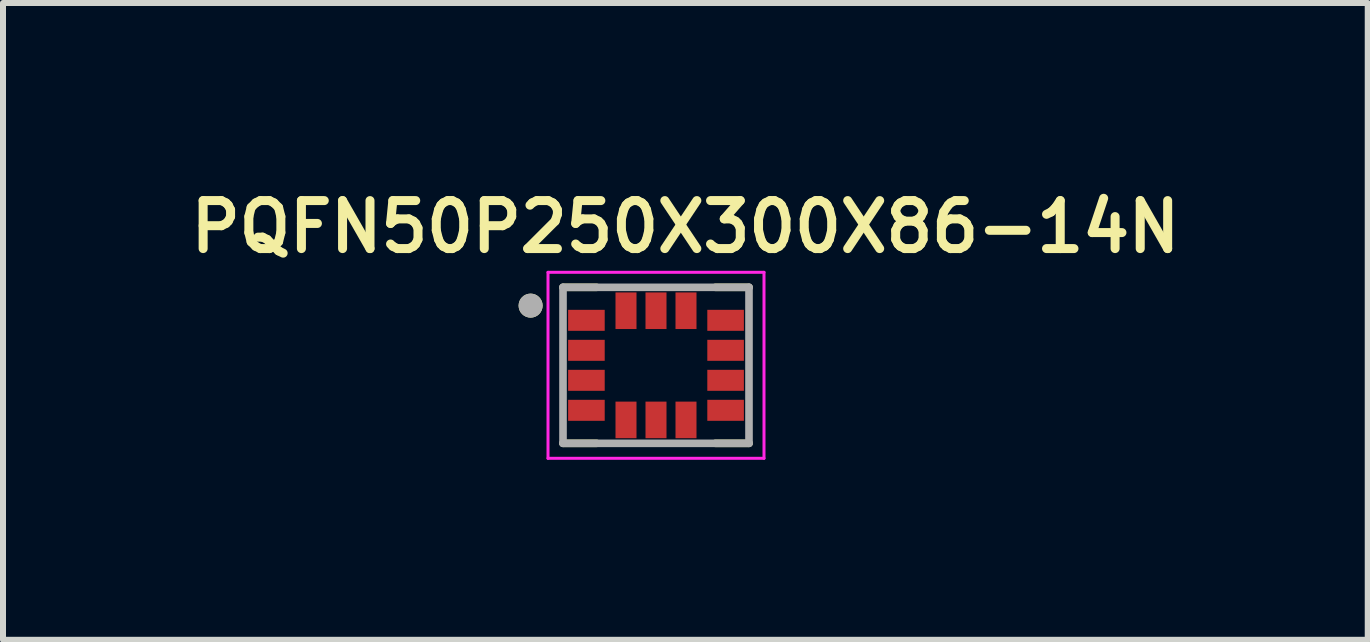
<source format=kicad_pcb>
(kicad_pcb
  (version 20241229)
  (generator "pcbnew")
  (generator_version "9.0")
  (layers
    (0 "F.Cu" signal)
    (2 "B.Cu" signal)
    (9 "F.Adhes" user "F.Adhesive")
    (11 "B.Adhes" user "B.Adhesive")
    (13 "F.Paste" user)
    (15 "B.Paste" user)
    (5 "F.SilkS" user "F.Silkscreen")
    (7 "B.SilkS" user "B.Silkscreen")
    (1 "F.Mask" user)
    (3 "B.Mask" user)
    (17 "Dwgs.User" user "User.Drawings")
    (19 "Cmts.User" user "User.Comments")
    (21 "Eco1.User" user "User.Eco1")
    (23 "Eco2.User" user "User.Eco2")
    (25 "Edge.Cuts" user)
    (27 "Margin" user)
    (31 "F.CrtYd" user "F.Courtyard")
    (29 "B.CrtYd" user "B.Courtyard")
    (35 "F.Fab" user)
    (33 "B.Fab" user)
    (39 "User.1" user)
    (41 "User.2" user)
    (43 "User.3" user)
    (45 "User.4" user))
  (footprint "PQFN50P250X300X86-14N"
    (layer "F.Cu")
    (at 7.884 3.039)
    (property "Reference" "PQFN50P250X300X86-14N" (at 0.49 -2.308 0) (layer "F.SilkS") (effects (font (size 0.8 0.8) (thickness 0.15))))
    (attr smd)
    (fp_poly (pts (xy -1.515 -0.975) (xy -0.805 -0.975) (xy -0.805 -0.525) (xy -1.515 -0.525)) (stroke (width 0.01) (type solid)) (fill yes) (layer "F.Mask"))
    (fp_poly (pts (xy -1.515 -0.475) (xy -0.805 -0.475) (xy -0.805 -0.025) (xy -1.515 -0.025)) (stroke (width 0.01) (type solid)) (fill yes) (layer "F.Mask"))
    (fp_poly (pts (xy -1.515 0.025) (xy -0.805 0.025) (xy -0.805 0.475) (xy -1.515 0.475)) (stroke (width 0.01) (type solid)) (fill yes) (layer "F.Mask"))
    (fp_poly (pts (xy -1.515 0.525) (xy -0.805 0.525) (xy -0.805 0.975) (xy -1.515 0.975)) (stroke (width 0.01) (type solid)) (fill yes) (layer "F.Mask"))
    (fp_poly (pts (xy -0.855 -1.14) (xy -0.145 -1.14) (xy -0.145 -0.69) (xy -0.855 -0.69)) (stroke (width 0.01) (type solid)) (fill yes) (layer "F.Mask"))
    (fp_poly (pts (xy -0.855 0.69) (xy -0.145 0.69) (xy -0.145 1.14) (xy -0.855 1.14)) (stroke (width 0.01) (type solid)) (fill yes) (layer "F.Mask"))
    (fp_poly (pts (xy -0.355 -1.14) (xy 0.355 -1.14) (xy 0.355 -0.69) (xy -0.355 -0.69)) (stroke (width 0.01) (type solid)) (fill yes) (layer "F.Mask"))
    (fp_poly (pts (xy -0.355 0.69) (xy 0.355 0.69) (xy 0.355 1.14) (xy -0.355 1.14)) (stroke (width 0.01) (type solid)) (fill yes) (layer "F.Mask"))
    (fp_poly (pts (xy 0.145 -1.14) (xy 0.855 -1.14) (xy 0.855 -0.69) (xy 0.145 -0.69)) (stroke (width 0.01) (type solid)) (fill yes) (layer "F.Mask"))
    (fp_poly (pts (xy 0.145 0.69) (xy 0.855 0.69) (xy 0.855 1.14) (xy 0.145 1.14)) (stroke (width 0.01) (type solid)) (fill yes) (layer "F.Mask"))
    (fp_poly (pts (xy 0.805 -0.975) (xy 1.515 -0.975) (xy 1.515 -0.525) (xy 0.805 -0.525)) (stroke (width 0.01) (type solid)) (fill yes) (layer "F.Mask"))
    (fp_poly (pts (xy 0.805 -0.475) (xy 1.515 -0.475) (xy 1.515 -0.025) (xy 0.805 -0.025)) (stroke (width 0.01) (type solid)) (fill yes) (layer "F.Mask"))
    (fp_poly (pts (xy 0.805 0.025) (xy 1.515 0.025) (xy 1.515 0.475) (xy 0.805 0.475)) (stroke (width 0.01) (type solid)) (fill yes) (layer "F.Mask"))
    (fp_poly (pts (xy 0.805 0.525) (xy 1.515 0.525) (xy 1.515 0.975) (xy 0.805 0.975)) (stroke (width 0.01) (type solid)) (fill yes) (layer "F.Mask"))
    (fp_line (start -1.55 1.3) (end -0.99 1.3) (stroke (width 0.127) (type solid)) (layer "F.SilkS"))
    (fp_line (start -0.99 -1.3) (end -1.55 -1.3) (stroke (width 0.127) (type solid)) (layer "F.SilkS"))
    (fp_line (start 0.99 -1.3) (end 1.55 -1.3) (stroke (width 0.127) (type solid)) (layer "F.SilkS"))
    (fp_line (start 0.99 1.3) (end 1.55 1.3) (stroke (width 0.127) (type solid)) (layer "F.SilkS"))
    (fp_circle (center -2.09 -0.995) (end -1.99 -0.995) (stroke (width 0.2) (type solid)) (fill no) (layer "F.SilkS"))
    (fp_line (start -1.8 -1.55) (end 1.8 -1.55) (stroke (width 0.05) (type solid)) (layer "F.CrtYd"))
    (fp_line (start -1.8 1.55) (end -1.8 -1.55) (stroke (width 0.05) (type solid)) (layer "F.CrtYd"))
    (fp_line (start 1.8 -1.55) (end 1.8 1.55) (stroke (width 0.05) (type solid)) (layer "F.CrtYd"))
    (fp_line (start 1.8 1.55) (end -1.8 1.55) (stroke (width 0.05) (type solid)) (layer "F.CrtYd"))
    (fp_line (start -1.55 -1.3) (end 1.55 -1.3) (stroke (width 0.127) (type solid)) (layer "F.Fab"))
    (fp_line (start -1.55 1.3) (end -1.55 -1.3) (stroke (width 0.127) (type solid)) (layer "F.Fab"))
    (fp_line (start 1.55 -1.3) (end 1.55 1.3) (stroke (width 0.127) (type solid)) (layer "F.Fab"))
    (fp_line (start 1.55 1.3) (end -1.55 1.3) (stroke (width 0.127) (type solid)) (layer "F.Fab"))
    (fp_circle (center -2.09 -0.995) (end -1.99 -0.995) (stroke (width 0.2) (type solid)) (fill no) (layer "F.Fab"))
    (pad "1" smd rect (at -1.16 -0.75) (size 0.61 0.35) (layers "F.Cu" "F.Paste"))
    (pad "2" smd rect (at -1.16 -0.25) (size 0.61 0.35) (layers "F.Cu" "F.Paste"))
    (pad "3" smd rect (at -1.16 0.25) (size 0.61 0.35) (layers "F.Cu" "F.Paste"))
    (pad "4" smd rect (at -1.16 0.75) (size 0.61 0.35) (layers "F.Cu" "F.Paste"))
    (pad "5" smd rect (at -0.5 0.91) (size 0.35 0.61) (layers "F.Cu" "F.Paste"))
    (pad "6" smd rect (at 0 0.91) (size 0.35 0.61) (layers "F.Cu" "F.Paste"))
    (pad "7" smd rect (at 0.5 0.91) (size 0.35 0.61) (layers "F.Cu" "F.Paste"))
    (pad "8" smd rect (at 1.16 0.75) (size 0.61 0.35) (layers "F.Cu" "F.Paste"))
    (pad "9" smd rect (at 1.16 0.25) (size 0.61 0.35) (layers "F.Cu" "F.Paste"))
    (pad "10" smd rect (at 1.16 -0.25) (size 0.61 0.35) (layers "F.Cu" "F.Paste"))
    (pad "11" smd rect (at 1.16 -0.75) (size 0.61 0.35) (layers "F.Cu" "F.Paste"))
    (pad "12" smd rect (at 0.5 -0.91) (size 0.35 0.61) (layers "F.Cu" "F.Paste"))
    (pad "13" smd rect (at 0 -0.91) (size 0.35 0.61) (layers "F.Cu" "F.Paste"))
    (pad "14" smd rect (at -0.5 -0.91) (size 0.35 0.61) (layers "F.Cu" "F.Paste")))
  (gr_rect
    (start -3 -3)
    (end 19.747 7.614)
    (stroke (width 0.1) (type default))
    (fill no)
    (layer "Edge.Cuts")))
</source>
